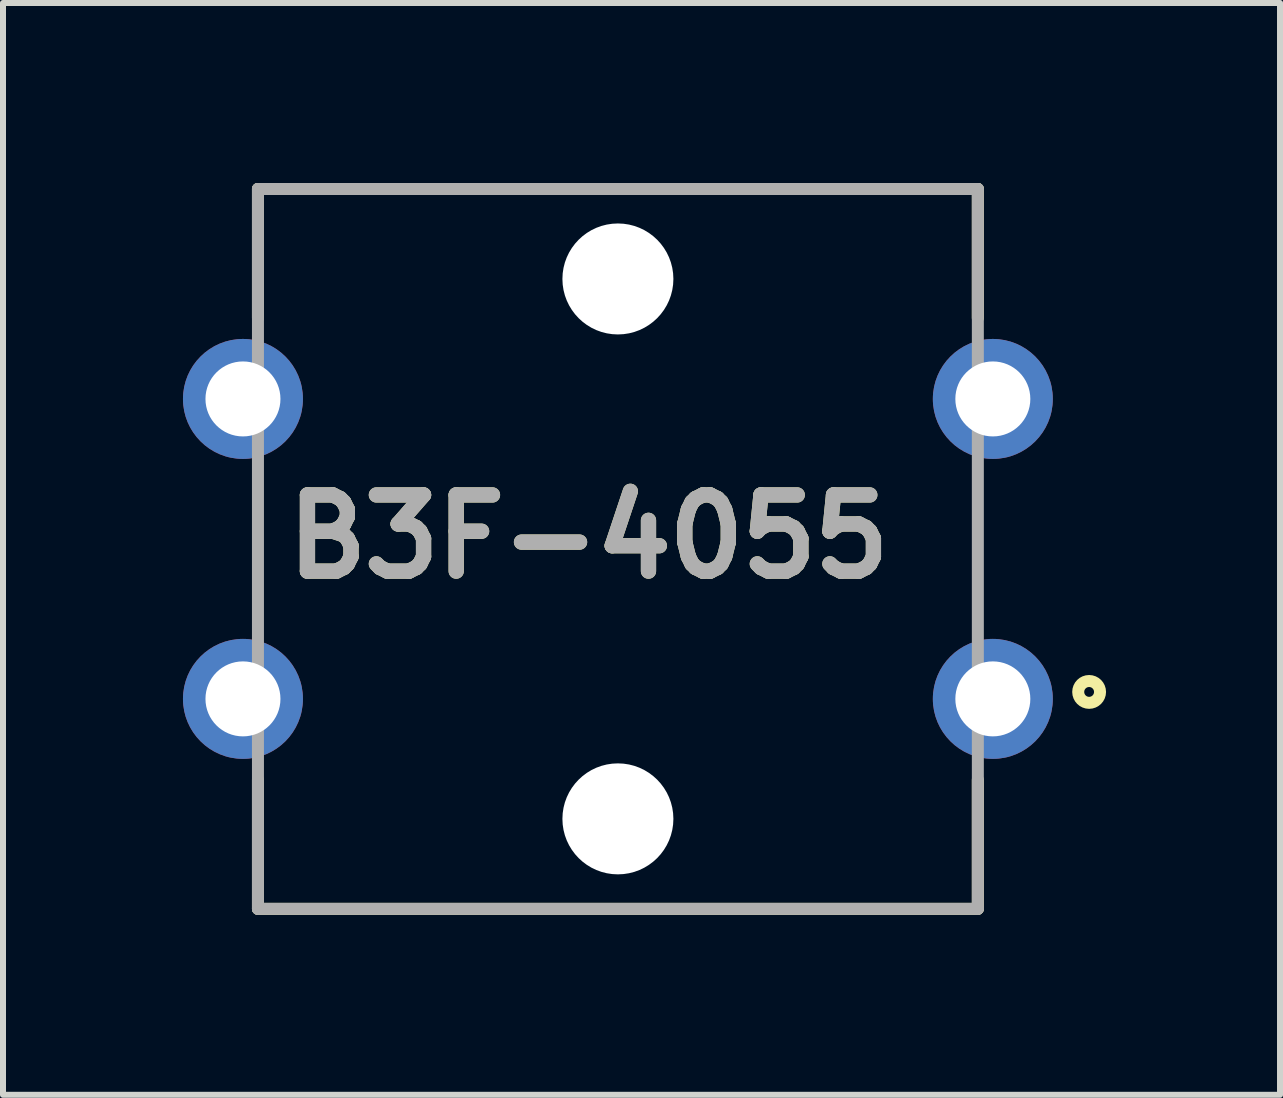
<source format=kicad_pcb>
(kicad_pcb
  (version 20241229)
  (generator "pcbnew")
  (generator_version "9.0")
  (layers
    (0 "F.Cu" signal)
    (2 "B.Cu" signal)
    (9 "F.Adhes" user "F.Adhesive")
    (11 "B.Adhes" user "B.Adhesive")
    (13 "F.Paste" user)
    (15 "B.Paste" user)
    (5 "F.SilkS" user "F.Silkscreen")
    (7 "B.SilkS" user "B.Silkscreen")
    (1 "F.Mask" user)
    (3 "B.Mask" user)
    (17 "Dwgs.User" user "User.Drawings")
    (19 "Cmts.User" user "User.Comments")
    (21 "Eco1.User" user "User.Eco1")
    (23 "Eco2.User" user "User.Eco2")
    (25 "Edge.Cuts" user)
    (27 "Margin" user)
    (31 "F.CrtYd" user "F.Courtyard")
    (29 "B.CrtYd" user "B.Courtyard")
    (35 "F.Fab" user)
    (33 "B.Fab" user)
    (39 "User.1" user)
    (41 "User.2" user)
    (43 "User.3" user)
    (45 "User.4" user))
  (footprint "B3F-4055"
    (layer "F.Cu")
    (at 7.25 6.1)
    (property "Reference" "B3F-4055" (at -0.488 -0.204 0) (layer "F.SilkS") (effects (font (size 1.27 1.27) (thickness 0.254))))
    (attr through_hole)
    (fp_line (start -6 -6) (end -6 -3.849) (stroke (width 0.2) (type solid)) (layer "F.SilkS"))
    (fp_line (start -6 -6) (end 6 -6) (stroke (width 0.2) (type solid)) (layer "F.SilkS"))
    (fp_line (start -6 6) (end -6 3.849) (stroke (width 0.2) (type solid)) (layer "F.SilkS"))
    (fp_line (start 6 -6) (end 6 -3.849) (stroke (width 0.2) (type solid)) (layer "F.SilkS"))
    (fp_line (start 6 6) (end -6 6) (stroke (width 0.2) (type solid)) (layer "F.SilkS"))
    (fp_line (start 6 6) (end 6 3.849) (stroke (width 0.2) (type solid)) (layer "F.SilkS"))
    (fp_circle (center 7.855 2.384) (end 7.855 2.466) (stroke (width 0.2) (type solid)) (fill no) (layer "F.SilkS"))
    (fp_line (start -6 -6) (end 6 -6) (stroke (width 0.2) (type solid)) (layer "F.Fab"))
    (fp_line (start -6 6) (end -6 -6) (stroke (width 0.2) (type solid)) (layer "F.Fab"))
    (fp_line (start 6 -6) (end 6 6) (stroke (width 0.2) (type solid)) (layer "F.Fab"))
    (fp_line (start 6 6) (end -6 6) (stroke (width 0.2) (type solid)) (layer "F.Fab"))
    (fp_text user "${REFERENCE}" (at -0.488 -0.204 0) (layer "F.Fab") (effects (font (size 1.27 1.27) (thickness 0.254))))
    (pad "" np_thru_hole circle (at 0 -4.5) (size 1.85 1.85) (drill 1.85) (layers "*.Cu" "*.Mask"))
    (pad "" np_thru_hole circle (at 0 4.5) (size 1.85 1.85) (drill 1.85) (layers "*.Cu" "*.Mask"))
    (pad "1" thru_hole circle (at 6.25 2.5) (size 2 2) (drill 1.25) (layers "*.Cu" "*.Mask"))
    (pad "2" thru_hole circle (at -6.25 2.5) (size 2 2) (drill 1.25) (layers "*.Cu" "*.Mask"))
    (pad "3" thru_hole circle (at 6.25 -2.5) (size 2 2) (drill 1.25) (layers "*.Cu" "*.Mask"))
    (pad "4" thru_hole circle (at -6.25 -2.5) (size 2 2) (drill 1.25) (layers "*.Cu" "*.Mask")))
  (gr_rect
    (start -3 -3)
    (end 18.287 15.2)
    (stroke (width 0.1) (type default))
    (fill no)
    (layer "Edge.Cuts")))
</source>
